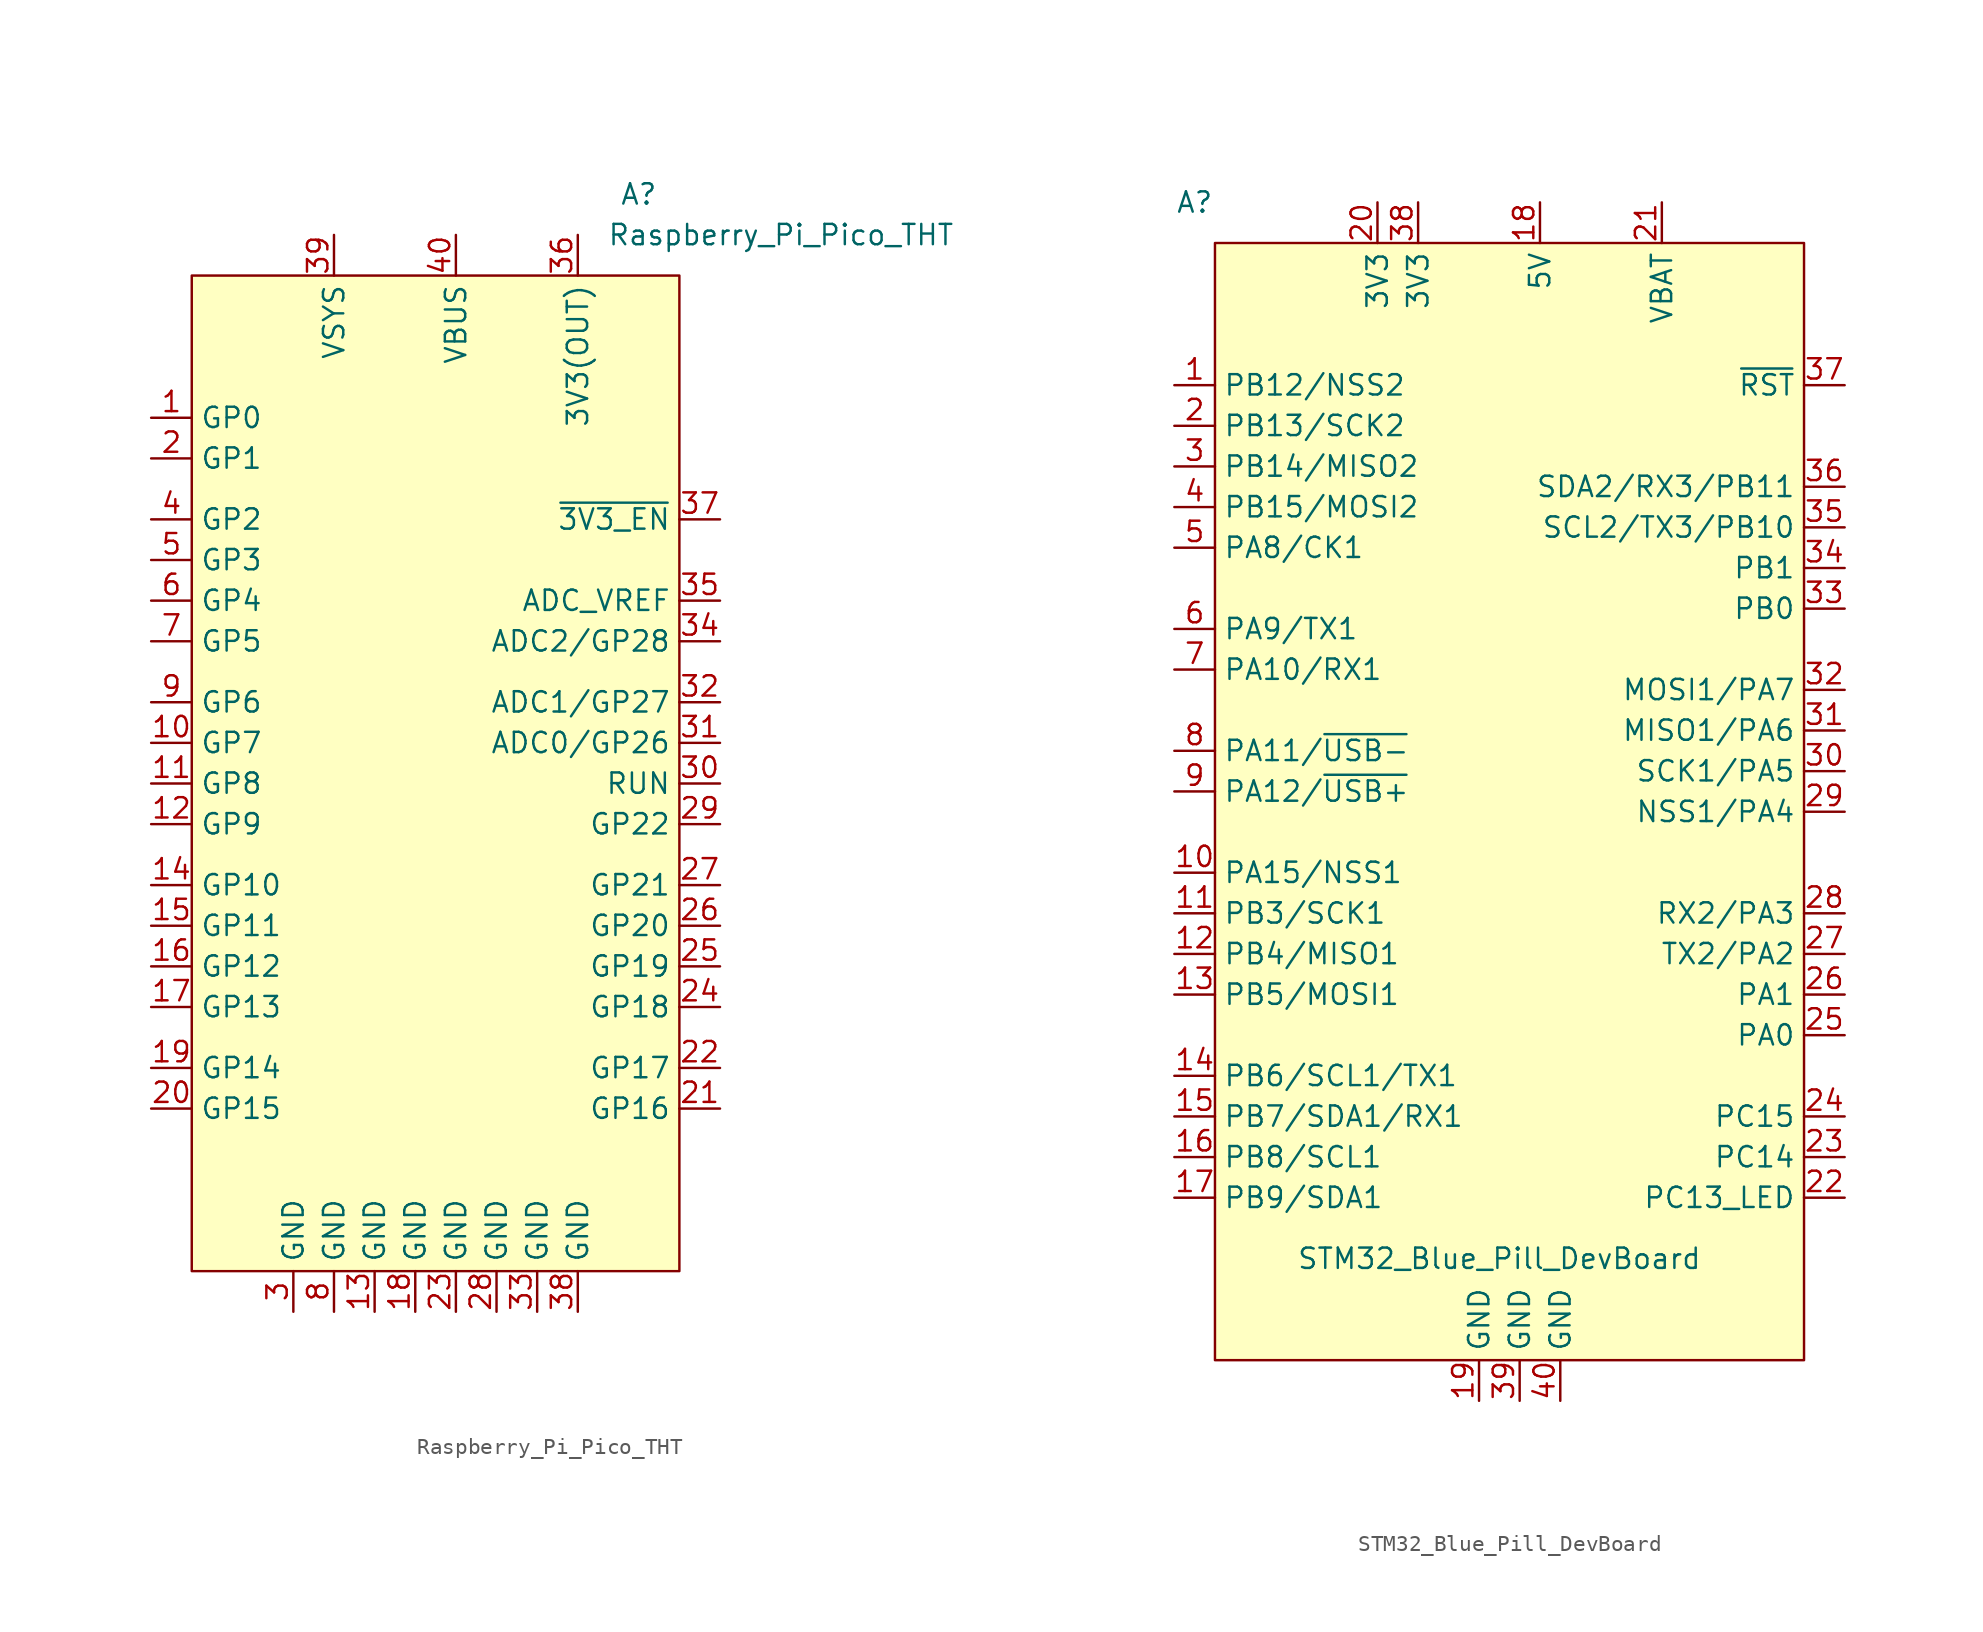
<source format=kicad_sym>
(kicad_symbol_lib
  (version 20220914)
  (generator kicad_symbol_editor)
  (symbol "Raspberry_Pi_Pico_THT"
    (property "Reference" "A"
      (at 12.7 34.29 0)
      (effects (font (size 1.27 1.27))))
    (property "Value" "Raspberry_Pi_Pico_THT"
      (at 21.59 31.75 0)
      (effects (font (size 1.27 1.27))))
    (symbol "Raspberry_Pi_Pico_THT_0_1"
      (rectangle (start -15.24 29.21) (end 15.24 -33.02) (stroke (width 0) (type default)) (fill (type background))))
    (symbol "Raspberry_Pi_Pico_THT_1_1"
      (pin bidirectional line (at -17.78 20.32 0) (length 2.54) (name "GP0" (effects (font (size 1.27 1.27)))) (number "1" (effects (font (size 1.27 1.27)))))
      (pin bidirectional line (at -17.78 0 0) (length 2.54) (name "GP7" (effects (font (size 1.27 1.27)))) (number "10" (effects (font (size 1.27 1.27)))))
      (pin bidirectional line (at -17.78 -2.54 0) (length 2.54) (name "GP8" (effects (font (size 1.27 1.27)))) (number "11" (effects (font (size 1.27 1.27)))))
      (pin bidirectional line (at -17.78 -5.08 0) (length 2.54) (name "GP9" (effects (font (size 1.27 1.27)))) (number "12" (effects (font (size 1.27 1.27)))))
      (pin power_in line (at -3.81 -35.56 90) (length 2.54) (name "GND" (effects (font (size 1.27 1.27)))) (number "13" (effects (font (size 1.27 1.27)))))
      (pin bidirectional line (at -17.78 -8.89 0) (length 2.54) (name "GP10" (effects (font (size 1.27 1.27)))) (number "14" (effects (font (size 1.27 1.27)))))
      (pin bidirectional line (at -17.78 -11.43 0) (length 2.54) (name "GP11" (effects (font (size 1.27 1.27)))) (number "15" (effects (font (size 1.27 1.27)))))
      (pin bidirectional line (at -17.78 -13.97 0) (length 2.54) (name "GP12" (effects (font (size 1.27 1.27)))) (number "16" (effects (font (size 1.27 1.27)))))
      (pin bidirectional line (at -17.78 -16.51 0) (length 2.54) (name "GP13" (effects (font (size 1.27 1.27)))) (number "17" (effects (font (size 1.27 1.27)))))
      (pin power_in line (at -1.27 -35.56 90) (length 2.54) (name "GND" (effects (font (size 1.27 1.27)))) (number "18" (effects (font (size 1.27 1.27)))))
      (pin bidirectional line (at -17.78 -20.32 0) (length 2.54) (name "GP14" (effects (font (size 1.27 1.27)))) (number "19" (effects (font (size 1.27 1.27)))))
      (pin bidirectional line (at -17.78 17.78 0) (length 2.54) (name "GP1" (effects (font (size 1.27 1.27)))) (number "2" (effects (font (size 1.27 1.27)))))
      (pin bidirectional line (at -17.78 -22.86 0) (length 2.54) (name "GP15" (effects (font (size 1.27 1.27)))) (number "20" (effects (font (size 1.27 1.27)))))
      (pin bidirectional line (at 17.78 -22.86 180) (length 2.54) (name "GP16" (effects (font (size 1.27 1.27)))) (number "21" (effects (font (size 1.27 1.27)))))
      (pin bidirectional line (at 17.78 -20.32 180) (length 2.54) (name "GP17" (effects (font (size 1.27 1.27)))) (number "22" (effects (font (size 1.27 1.27)))))
      (pin power_in line (at 1.27 -35.56 90) (length 2.54) (name "GND" (effects (font (size 1.27 1.27)))) (number "23" (effects (font (size 1.27 1.27)))))
      (pin bidirectional line (at 17.78 -16.51 180) (length 2.54) (name "GP18" (effects (font (size 1.27 1.27)))) (number "24" (effects (font (size 1.27 1.27)))))
      (pin bidirectional line (at 17.78 -13.97 180) (length 2.54) (name "GP19" (effects (font (size 1.27 1.27)))) (number "25" (effects (font (size 1.27 1.27)))))
      (pin bidirectional line (at 17.78 -11.43 180) (length 2.54) (name "GP20" (effects (font (size 1.27 1.27)))) (number "26" (effects (font (size 1.27 1.27)))))
      (pin bidirectional line (at 17.78 -8.89 180) (length 2.54) (name "GP21" (effects (font (size 1.27 1.27)))) (number "27" (effects (font (size 1.27 1.27)))))
      (pin power_in line (at 3.81 -35.56 90) (length 2.54) (name "GND" (effects (font (size 1.27 1.27)))) (number "28" (effects (font (size 1.27 1.27)))))
      (pin bidirectional line (at 17.78 -5.08 180) (length 2.54) (name "GP22" (effects (font (size 1.27 1.27)))) (number "29" (effects (font (size 1.27 1.27)))))
      (pin power_in line (at -8.89 -35.56 90) (length 2.54) (name "GND" (effects (font (size 1.27 1.27)))) (number "3" (effects (font (size 1.27 1.27)))))
      (pin bidirectional line (at 17.78 -2.54 180) (length 2.54) (name "RUN" (effects (font (size 1.27 1.27)))) (number "30" (effects (font (size 1.27 1.27)))))
      (pin bidirectional line (at 17.78 0 180) (length 2.54) (name "ADC0/GP26" (effects (font (size 1.27 1.27)))) (number "31" (effects (font (size 1.27 1.27)))))
      (pin bidirectional line (at 17.78 2.54 180) (length 2.54) (name "ADC1/GP27" (effects (font (size 1.27 1.27)))) (number "32" (effects (font (size 1.27 1.27)))))
      (pin power_in line (at 6.35 -35.56 90) (length 2.54) (name "GND" (effects (font (size 1.27 1.27)))) (number "33" (effects (font (size 1.27 1.27)))))
      (pin bidirectional line (at 17.78 6.35 180) (length 2.54) (name "ADC2/GP28" (effects (font (size 1.27 1.27)))) (number "34" (effects (font (size 1.27 1.27)))))
      (pin bidirectional line (at 17.78 8.89 180) (length 2.54) (name "ADC_VREF" (effects (font (size 1.27 1.27)))) (number "35" (effects (font (size 1.27 1.27)))))
      (pin power_in line (at 8.89 31.75 270) (length 2.54) (name "3V3(OUT)" (effects (font (size 1.27 1.27)))) (number "36" (effects (font (size 1.27 1.27)))))
      (pin bidirectional line (at 17.78 13.97 180) (length 2.54) (name "~{3V3_EN}" (effects (font (size 1.27 1.27)))) (number "37" (effects (font (size 1.27 1.27)))))
      (pin power_in line (at 8.89 -35.56 90) (length 2.54) (name "GND" (effects (font (size 1.27 1.27)))) (number "38" (effects (font (size 1.27 1.27)))))
      (pin power_in line (at -6.35 31.75 270) (length 2.54) (name "VSYS" (effects (font (size 1.27 1.27)))) (number "39" (effects (font (size 1.27 1.27)))))
      (pin bidirectional line (at -17.78 13.97 0) (length 2.54) (name "GP2" (effects (font (size 1.27 1.27)))) (number "4" (effects (font (size 1.27 1.27)))))
      (pin power_in line (at 1.27 31.75 270) (length 2.54) (name "VBUS" (effects (font (size 1.27 1.27)))) (number "40" (effects (font (size 1.27 1.27)))))
      (pin bidirectional line (at -17.78 11.43 0) (length 2.54) (name "GP3" (effects (font (size 1.27 1.27)))) (number "5" (effects (font (size 1.27 1.27)))))
      (pin bidirectional line (at -17.78 8.89 0) (length 2.54) (name "GP4" (effects (font (size 1.27 1.27)))) (number "6" (effects (font (size 1.27 1.27)))))
      (pin bidirectional line (at -17.78 6.35 0) (length 2.54) (name "GP5" (effects (font (size 1.27 1.27)))) (number "7" (effects (font (size 1.27 1.27)))))
      (pin power_in line (at -6.35 -35.56 90) (length 2.54) (name "GND" (effects (font (size 1.27 1.27)))) (number "8" (effects (font (size 1.27 1.27)))))
      (pin bidirectional line (at -17.78 2.54 0) (length 2.54) (name "GP6" (effects (font (size 1.27 1.27)))) (number "9" (effects (font (size 1.27 1.27)))))))
  (symbol "STM32_Blue_Pill_DevBoard"
    (property "Reference" "A"
      (at -20.32 36.83 0)
      (effects (font (size 1.27 1.27))))
    (property "Value" "STM32_Blue_Pill_DevBoard"
      (at -1.27 -29.21 0)
      (effects (font (size 1.27 1.27))))
    (symbol "STM32_Blue_Pill_DevBoard_0_1"
      (rectangle (start -19.05 34.29) (end 17.78 -35.56) (stroke (width 0) (type default)) (fill (type background))))
    (symbol "STM32_Blue_Pill_DevBoard_1_1"
      (pin bidirectional line (at -21.59 25.4 0) (length 2.54) (name "PB12/NSS2" (effects (font (size 1.27 1.27)))) (number "1" (effects (font (size 1.27 1.27)))))
      (pin bidirectional line (at -21.59 -5.08 0) (length 2.54) (name "PA15/NSS1" (effects (font (size 1.27 1.27)))) (number "10" (effects (font (size 1.27 1.27)))))
      (pin bidirectional line (at -21.59 -7.62 0) (length 2.54) (name "PB3/SCK1" (effects (font (size 1.27 1.27)))) (number "11" (effects (font (size 1.27 1.27)))))
      (pin bidirectional line (at -21.59 -10.16 0) (length 2.54) (name "PB4/MISO1" (effects (font (size 1.27 1.27)))) (number "12" (effects (font (size 1.27 1.27)))))
      (pin bidirectional line (at -21.59 -12.7 0) (length 2.54) (name "PB5/MOSI1" (effects (font (size 1.27 1.27)))) (number "13" (effects (font (size 1.27 1.27)))))
      (pin bidirectional line (at -21.59 -17.78 0) (length 2.54) (name "PB6/SCL1/TX1" (effects (font (size 1.27 1.27)))) (number "14" (effects (font (size 1.27 1.27)))))
      (pin bidirectional line (at -21.59 -20.32 0) (length 2.54) (name "PB7/SDA1/RX1" (effects (font (size 1.27 1.27)))) (number "15" (effects (font (size 1.27 1.27)))))
      (pin bidirectional line (at -21.59 -22.86 0) (length 2.54) (name "PB8/SCL1" (effects (font (size 1.27 1.27)))) (number "16" (effects (font (size 1.27 1.27)))))
      (pin bidirectional line (at -21.59 -25.4 0) (length 2.54) (name "PB9/SDA1" (effects (font (size 1.27 1.27)))) (number "17" (effects (font (size 1.27 1.27)))))
      (pin power_in line (at 1.27 36.83 270) (length 2.54) (name "5V" (effects (font (size 1.27 1.27)))) (number "18" (effects (font (size 1.27 1.27)))))
      (pin power_in line (at -2.54 -38.1 90) (length 2.54) (name "GND" (effects (font (size 1.27 1.27)))) (number "19" (effects (font (size 1.27 1.27)))))
      (pin bidirectional line (at -21.59 22.86 0) (length 2.54) (name "PB13/SCK2" (effects (font (size 1.27 1.27)))) (number "2" (effects (font (size 1.27 1.27)))))
      (pin power_in line (at -8.89 36.83 270) (length 2.54) (name "3V3" (effects (font (size 1.27 1.27)))) (number "20" (effects (font (size 1.27 1.27)))))
      (pin power_in line (at 8.89 36.83 270) (length 2.54) (name "VBAT" (effects (font (size 1.27 1.27)))) (number "21" (effects (font (size 1.27 1.27)))))
      (pin bidirectional line (at 20.32 -25.4 180) (length 2.54) (name "PC13_LED" (effects (font (size 1.27 1.27)))) (number "22" (effects (font (size 1.27 1.27)))))
      (pin bidirectional line (at 20.32 -22.86 180) (length 2.54) (name "PC14" (effects (font (size 1.27 1.27)))) (number "23" (effects (font (size 1.27 1.27)))))
      (pin bidirectional line (at 20.32 -20.32 180) (length 2.54) (name "PC15" (effects (font (size 1.27 1.27)))) (number "24" (effects (font (size 1.27 1.27)))))
      (pin bidirectional line (at 20.32 -15.24 180) (length 2.54) (name "PA0" (effects (font (size 1.27 1.27)))) (number "25" (effects (font (size 1.27 1.27)))))
      (pin bidirectional line (at 20.32 -12.7 180) (length 2.54) (name "PA1" (effects (font (size 1.27 1.27)))) (number "26" (effects (font (size 1.27 1.27)))))
      (pin bidirectional line (at 20.32 -10.16 180) (length 2.54) (name "TX2/PA2" (effects (font (size 1.27 1.27)))) (number "27" (effects (font (size 1.27 1.27)))))
      (pin bidirectional line (at 20.32 -7.62 180) (length 2.54) (name "RX2/PA3" (effects (font (size 1.27 1.27)))) (number "28" (effects (font (size 1.27 1.27)))))
      (pin bidirectional line (at 20.32 -1.27 180) (length 2.54) (name "NSS1/PA4" (effects (font (size 1.27 1.27)))) (number "29" (effects (font (size 1.27 1.27)))))
      (pin bidirectional line (at -21.59 20.32 0) (length 2.54) (name "PB14/MISO2" (effects (font (size 1.27 1.27)))) (number "3" (effects (font (size 1.27 1.27)))))
      (pin bidirectional line (at 20.32 1.27 180) (length 2.54) (name "SCK1/PA5" (effects (font (size 1.27 1.27)))) (number "30" (effects (font (size 1.27 1.27)))))
      (pin bidirectional line (at 20.32 3.81 180) (length 2.54) (name "MISO1/PA6" (effects (font (size 1.27 1.27)))) (number "31" (effects (font (size 1.27 1.27)))))
      (pin bidirectional line (at 20.32 6.35 180) (length 2.54) (name "MOSI1/PA7" (effects (font (size 1.27 1.27)))) (number "32" (effects (font (size 1.27 1.27)))))
      (pin bidirectional line (at 20.32 11.43 180) (length 2.54) (name "PB0" (effects (font (size 1.27 1.27)))) (number "33" (effects (font (size 1.27 1.27)))))
      (pin bidirectional line (at 20.32 13.97 180) (length 2.54) (name "PB1" (effects (font (size 1.27 1.27)))) (number "34" (effects (font (size 1.27 1.27)))))
      (pin bidirectional line (at 20.32 16.51 180) (length 2.54) (name "SCL2/TX3/PB10" (effects (font (size 1.27 1.27)))) (number "35" (effects (font (size 1.27 1.27)))))
      (pin bidirectional line (at 20.32 19.05 180) (length 2.54) (name "SDA2/RX3/PB11" (effects (font (size 1.27 1.27)))) (number "36" (effects (font (size 1.27 1.27)))))
      (pin bidirectional line (at 20.32 25.4 180) (length 2.54) (name "~{RST}" (effects (font (size 1.27 1.27)))) (number "37" (effects (font (size 1.27 1.27)))))
      (pin power_in line (at -6.35 36.83 270) (length 2.54) (name "3V3" (effects (font (size 1.27 1.27)))) (number "38" (effects (font (size 1.27 1.27)))))
      (pin power_in line (at 0 -38.1 90) (length 2.54) (name "GND" (effects (font (size 1.27 1.27)))) (number "39" (effects (font (size 1.27 1.27)))))
      (pin bidirectional line (at -21.59 17.78 0) (length 2.54) (name "PB15/MOSI2" (effects (font (size 1.27 1.27)))) (number "4" (effects (font (size 1.27 1.27)))))
      (pin power_in line (at 2.54 -38.1 90) (length 2.54) (name "GND" (effects (font (size 1.27 1.27)))) (number "40" (effects (font (size 1.27 1.27)))))
      (pin bidirectional line (at -21.59 15.24 0) (length 2.54) (name "PA8/CK1" (effects (font (size 1.27 1.27)))) (number "5" (effects (font (size 1.27 1.27)))))
      (pin bidirectional line (at -21.59 10.16 0) (length 2.54) (name "PA9/TX1" (effects (font (size 1.27 1.27)))) (number "6" (effects (font (size 1.27 1.27)))))
      (pin bidirectional line (at -21.59 7.62 0) (length 2.54) (name "PA10/RX1" (effects (font (size 1.27 1.27)))) (number "7" (effects (font (size 1.27 1.27)))))
      (pin bidirectional line (at -21.59 2.54 0) (length 2.54) (name "PA11/~{USB-}" (effects (font (size 1.27 1.27)))) (number "8" (effects (font (size 1.27 1.27)))))
      (pin bidirectional line (at -21.59 0 0) (length 2.54) (name "PA12/~{USB+}" (effects (font (size 1.27 1.27)))) (number "9" (effects (font (size 1.27 1.27))))))))
</source>
